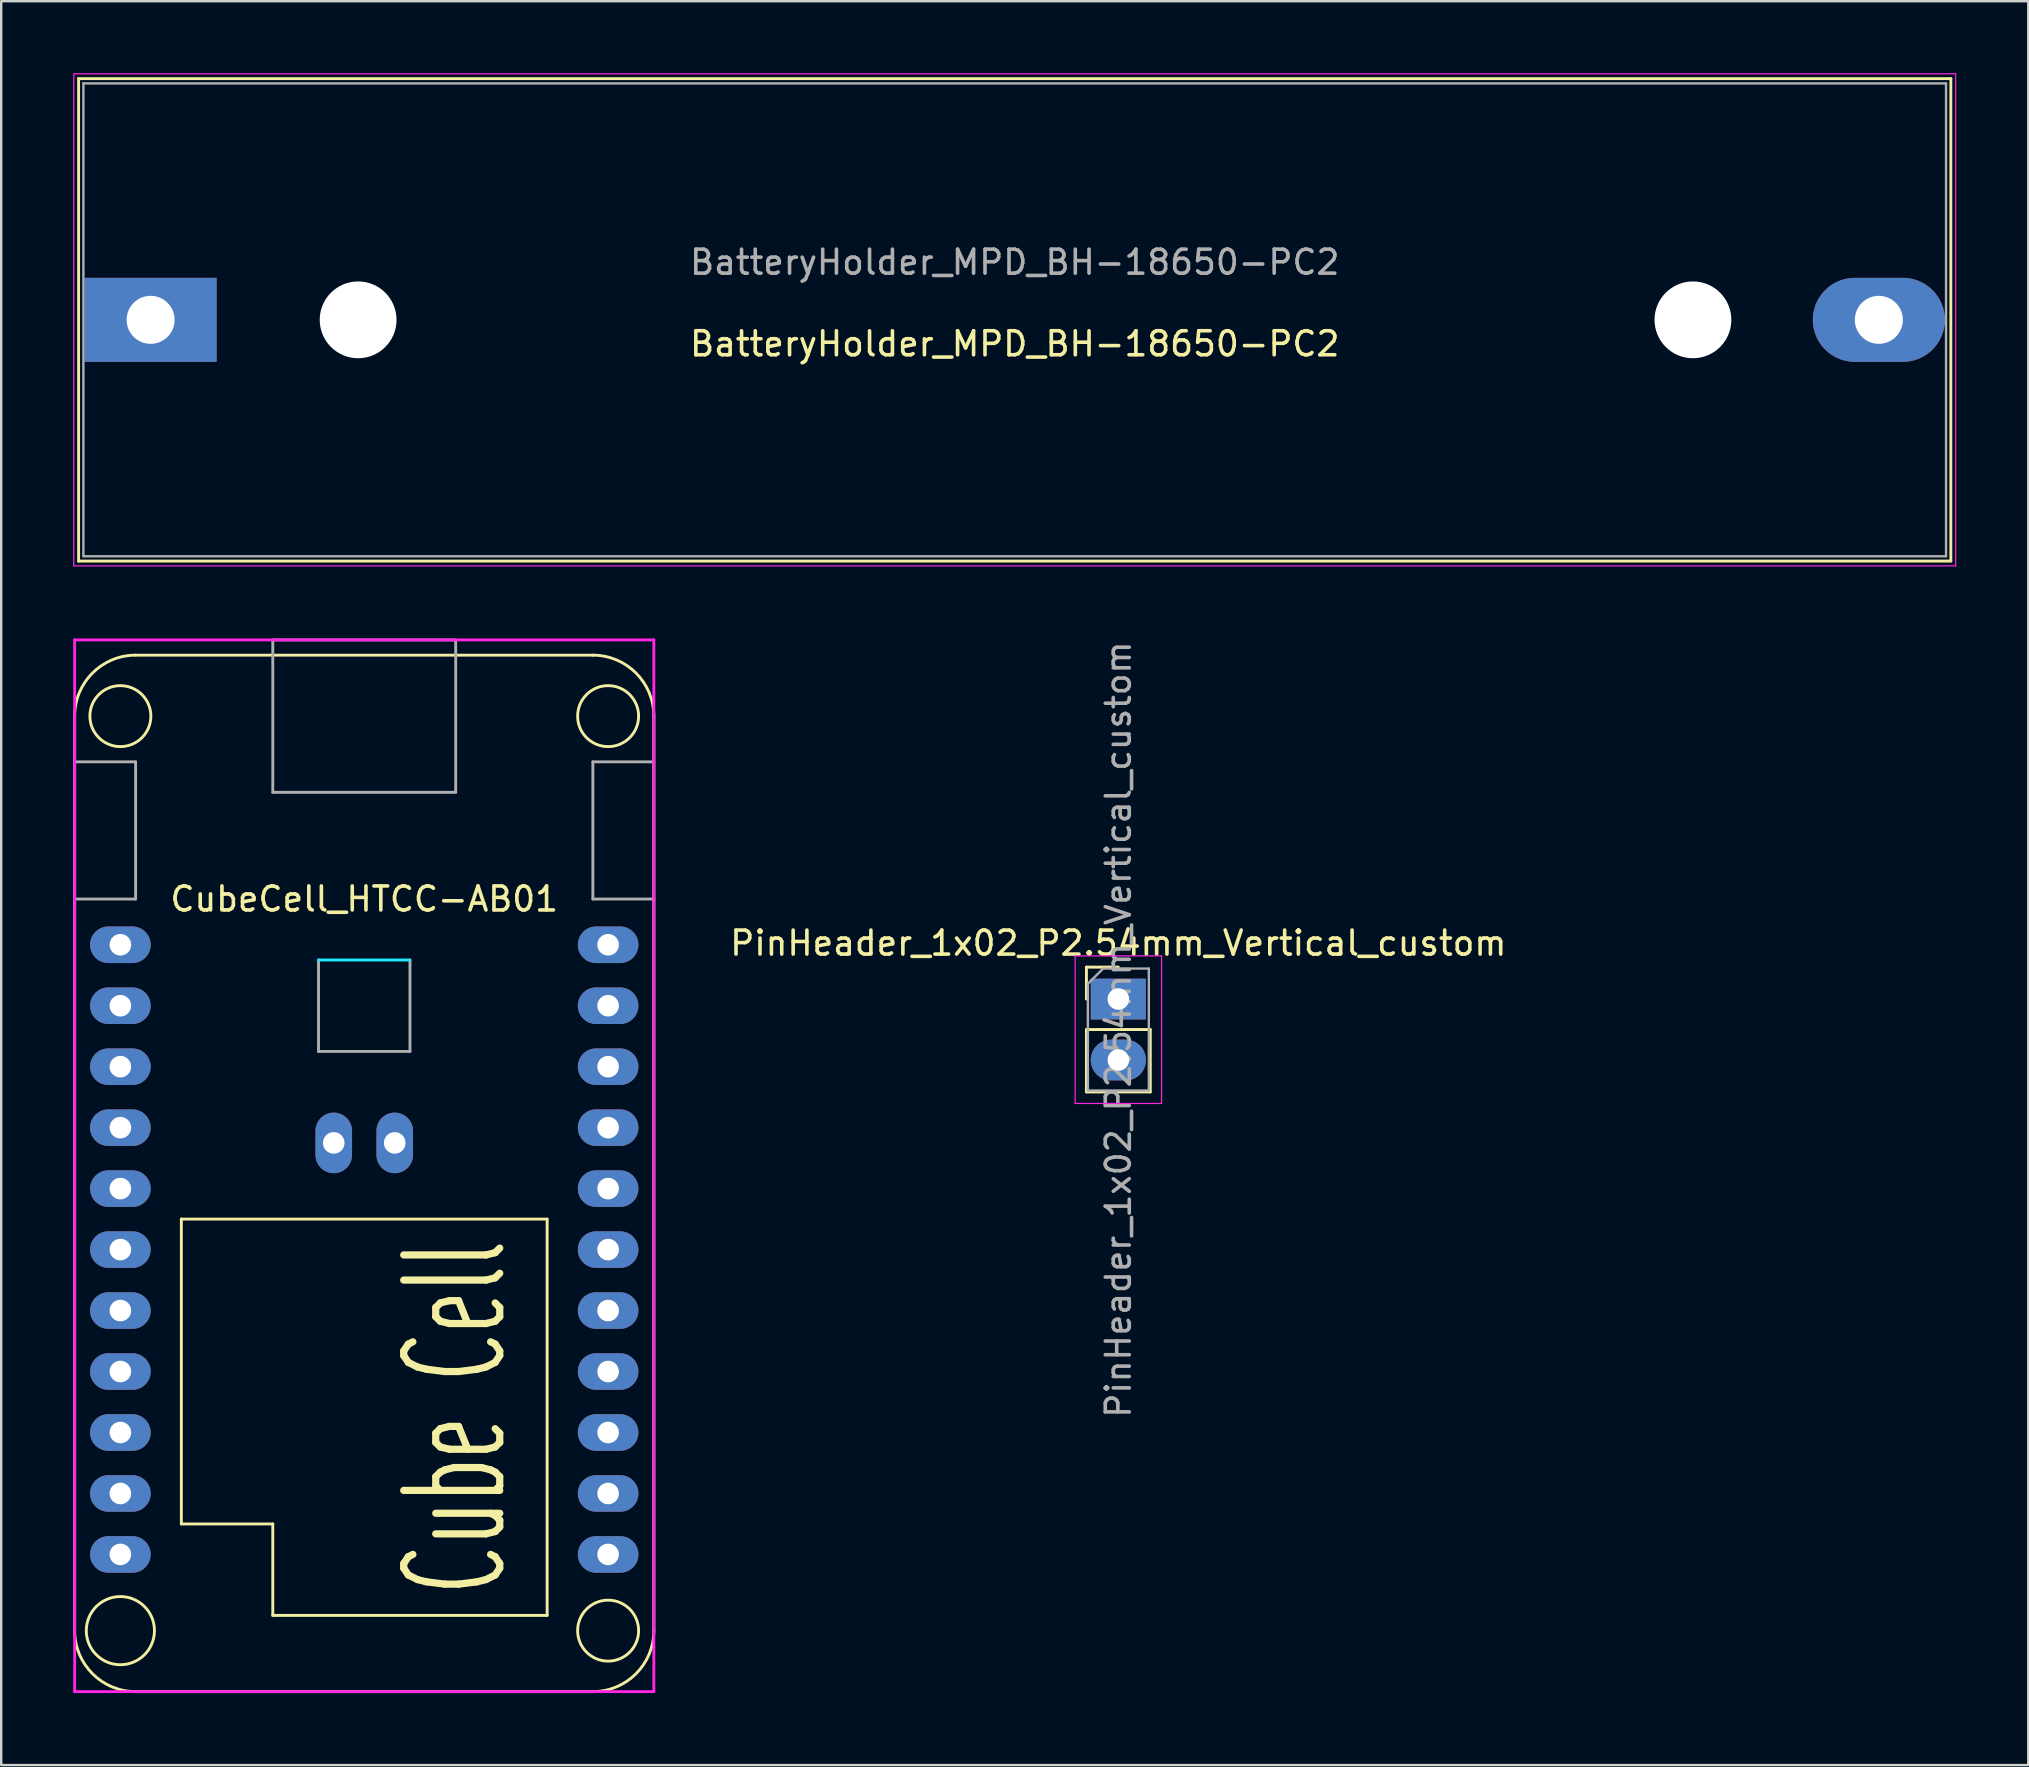
<source format=kicad_pcb>
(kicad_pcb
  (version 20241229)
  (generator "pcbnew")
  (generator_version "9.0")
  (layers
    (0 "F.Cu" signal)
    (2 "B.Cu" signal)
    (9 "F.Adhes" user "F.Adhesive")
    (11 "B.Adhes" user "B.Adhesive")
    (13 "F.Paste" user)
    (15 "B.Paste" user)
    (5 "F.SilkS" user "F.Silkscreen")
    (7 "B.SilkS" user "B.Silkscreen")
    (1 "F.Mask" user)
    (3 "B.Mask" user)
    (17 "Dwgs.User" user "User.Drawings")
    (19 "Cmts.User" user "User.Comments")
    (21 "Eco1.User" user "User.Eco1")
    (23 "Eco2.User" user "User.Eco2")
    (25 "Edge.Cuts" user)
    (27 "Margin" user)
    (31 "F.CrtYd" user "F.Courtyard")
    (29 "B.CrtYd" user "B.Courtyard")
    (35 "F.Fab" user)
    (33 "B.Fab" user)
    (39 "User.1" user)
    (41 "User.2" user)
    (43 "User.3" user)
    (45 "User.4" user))
  (footprint "CubeCell_HTCC-AB01"
    (layer "F.Cu")
    (at 12.125 49.01)
    (property "Reference" "CubeCell_HTCC-AB01" (at 0 -14.605 0) (layer "F.SilkS") (effects (font (size 1 1) (thickness 0.15))))
    (attr through_hole)
    (fp_line (start -12.065 15.875) (end -12.065 -22.225) (stroke (width 0.12) (type solid)) (layer "F.SilkS"))
    (fp_line (start -9.525 -24.765) (end 9.525 -24.765) (stroke (width 0.12) (type solid)) (layer "F.SilkS"))
    (fp_line (start -9.525 18.415) (end 9.525 18.415) (stroke (width 0.12) (type solid)) (layer "F.SilkS"))
    (fp_line (start -7.62 -1.27) (end -7.62 11.43) (stroke (width 0.12) (type solid)) (layer "F.SilkS"))
    (fp_line (start -7.62 -1.27) (end 7.62 -1.27) (stroke (width 0.12) (type solid)) (layer "F.SilkS"))
    (fp_line (start -3.81 11.43) (end -7.62 11.43) (stroke (width 0.12) (type solid)) (layer "F.SilkS"))
    (fp_line (start -3.81 15.24) (end -3.81 11.43) (stroke (width 0.12) (type solid)) (layer "F.SilkS"))
    (fp_line (start 7.62 -1.27) (end 7.62 15.24) (stroke (width 0.12) (type solid)) (layer "F.SilkS"))
    (fp_line (start 7.62 15.24) (end -3.81 15.24) (stroke (width 0.12) (type solid)) (layer "F.SilkS"))
    (fp_line (start 12.065 15.875) (end 12.065 -22.225) (stroke (width 0.12) (type solid)) (layer "F.SilkS"))
    (fp_arc (start -12.065 -22.225) (mid -11.321051 -24.021051) (end -9.525 -24.765) (stroke (width 0.12) (type solid)) (layer "F.SilkS"))
    (fp_arc (start -9.525 18.415) (mid -11.321051 17.671051) (end -12.065 15.875) (stroke (width 0.12) (type solid)) (layer "F.SilkS"))
    (fp_arc (start 9.525 -24.765) (mid 11.321051 -24.021051) (end 12.065 -22.225) (stroke (width 0.12) (type solid)) (layer "F.SilkS"))
    (fp_arc (start 12.065 15.875) (mid 11.321051 17.671051) (end 9.525 18.415) (stroke (width 0.12) (type solid)) (layer "F.SilkS"))
    (fp_circle (center -10.16 -22.225) (end -8.89 -22.225) (stroke (width 0.12) (type solid)) (fill no) (layer "F.SilkS"))
    (fp_circle (center -10.16 15.875) (end -8.74 15.875) (stroke (width 0.12) (type solid)) (fill no) (layer "F.SilkS"))
    (fp_circle (center 10.16 -22.225) (end 11.43 -22.225) (stroke (width 0.12) (type solid)) (fill no) (layer "F.SilkS"))
    (fp_circle (center 10.16 15.875) (end 11.43 15.875) (stroke (width 0.12) (type solid)) (fill no) (layer "F.SilkS"))
    (fp_line (start -1.905 -12.065) (end 1.905 -12.065) (stroke (width 0.12) (type solid)) (layer "B.CrtYd"))
    (fp_line (start -12.065 -25.4) (end 12.065 -25.4) (stroke (width 0.12) (type solid)) (layer "F.CrtYd"))
    (fp_line (start -12.065 18.415) (end -12.065 -25.4) (stroke (width 0.12) (type solid)) (layer "F.CrtYd"))
    (fp_line (start -12.065 18.415) (end 12.065 18.415) (stroke (width 0.12) (type solid)) (layer "F.CrtYd"))
    (fp_line (start 12.065 -25.4) (end 12.065 18.415) (stroke (width 0.12) (type solid)) (layer "F.CrtYd"))
    (fp_line (start -12.065 -20.32) (end -9.525 -20.32) (stroke (width 0.12) (type solid)) (layer "F.Fab"))
    (fp_line (start -9.525 -20.32) (end -9.525 -14.605) (stroke (width 0.12) (type solid)) (layer "F.Fab"))
    (fp_line (start -9.525 -14.605) (end -12.065 -14.605) (stroke (width 0.12) (type solid)) (layer "F.Fab"))
    (fp_line (start -3.81 -25.4) (end -3.81 -19.05) (stroke (width 0.12) (type solid)) (layer "F.Fab"))
    (fp_line (start -3.81 -19.05) (end 3.81 -19.05) (stroke (width 0.12) (type solid)) (layer "F.Fab"))
    (fp_line (start -1.905 -8.255) (end -1.905 -12.065) (stroke (width 0.12) (type solid)) (layer "F.Fab"))
    (fp_line (start 1.905 -12.065) (end 1.905 -8.255) (stroke (width 0.12) (type solid)) (layer "F.Fab"))
    (fp_line (start 1.905 -8.255) (end -1.905 -8.255) (stroke (width 0.12) (type solid)) (layer "F.Fab"))
    (fp_line (start 3.81 -25.4) (end -3.81 -25.4) (stroke (width 0.12) (type solid)) (layer "F.Fab"))
    (fp_line (start 3.81 -19.05) (end 3.81 -25.4) (stroke (width 0.12) (type solid)) (layer "F.Fab"))
    (fp_line (start 9.525 -20.32) (end 9.525 -14.605) (stroke (width 0.12) (type solid)) (layer "F.Fab"))
    (fp_line (start 9.525 -14.605) (end 12.065 -14.605) (stroke (width 0.12) (type solid)) (layer "F.Fab"))
    (fp_line (start 12.065 -20.32) (end 9.525 -20.32) (stroke (width 0.12) (type solid)) (layer "F.Fab"))
    (fp_text user "Cube Cell" (at 3.81 6.985 270) (layer "F.SilkS") (effects (font (size 4 2) (thickness 0.3))))
    (pad "1" thru_hole oval (at -10.16 -12.7) (size 2.524 1.524) (drill 0.9) (layers "*.Cu" "*.Mask"))
    (pad "2" thru_hole oval (at -10.16 -10.16) (size 2.524 1.524) (drill 0.9) (layers "*.Cu" "*.Mask"))
    (pad "3" thru_hole oval (at -10.16 -7.62) (size 2.524 1.524) (drill 0.9) (layers "*.Cu" "*.Mask"))
    (pad "4" thru_hole oval (at -10.16 -5.08) (size 2.524 1.524) (drill 0.9) (layers "*.Cu" "*.Mask"))
    (pad "5" thru_hole oval (at -10.16 -2.54) (size 2.524 1.524) (drill 0.9) (layers "*.Cu" "*.Mask"))
    (pad "6" thru_hole oval (at -10.16 0) (size 2.524 1.524) (drill 0.9) (layers "*.Cu" "*.Mask"))
    (pad "7" thru_hole oval (at -10.16 2.54) (size 2.524 1.524) (drill 0.9) (layers "*.Cu" "*.Mask"))
    (pad "8" thru_hole oval (at -10.16 5.08) (size 2.524 1.524) (drill 0.9) (layers "*.Cu" "*.Mask"))
    (pad "9" thru_hole oval (at -10.16 7.62) (size 2.524 1.524) (drill 0.9) (layers "*.Cu" "*.Mask"))
    (pad "10" thru_hole oval (at -10.16 10.16) (size 2.524 1.524) (drill 0.9) (layers "*.Cu" "*.Mask"))
    (pad "11" thru_hole oval (at -10.16 12.7) (size 2.524 1.524) (drill 0.9) (layers "*.Cu" "*.Mask"))
    (pad "12" thru_hole oval (at 10.16 12.7) (size 2.524 1.524) (drill 0.9) (layers "*.Cu" "*.Mask"))
    (pad "13" thru_hole oval (at 10.16 10.16) (size 2.524 1.524) (drill 0.9) (layers "*.Cu" "*.Mask"))
    (pad "14" thru_hole oval (at 10.16 7.62) (size 2.524 1.524) (drill 0.9) (layers "*.Cu" "*.Mask"))
    (pad "15" thru_hole oval (at 10.16 5.08) (size 2.524 1.524) (drill 0.9) (layers "*.Cu" "*.Mask"))
    (pad "16" thru_hole oval (at 10.16 2.54) (size 2.524 1.524) (drill 0.9) (layers "*.Cu" "*.Mask"))
    (pad "17" thru_hole oval (at 10.16 0) (size 2.524 1.524) (drill 0.9) (layers "*.Cu" "*.Mask"))
    (pad "18" thru_hole oval (at 10.16 -2.54) (size 2.524 1.524) (drill 0.9) (layers "*.Cu" "*.Mask"))
    (pad "19" thru_hole oval (at 10.16 -5.08) (size 2.524 1.524) (drill 0.9) (layers "*.Cu" "*.Mask"))
    (pad "20" thru_hole oval (at 10.16 -7.62) (size 2.524 1.524) (drill 0.9) (layers "*.Cu" "*.Mask"))
    (pad "21" thru_hole oval (at 10.16 -10.16) (size 2.524 1.524) (drill 0.9) (layers "*.Cu" "*.Mask"))
    (pad "22" thru_hole oval (at 10.16 -12.7) (size 2.524 1.524) (drill 0.9) (layers "*.Cu" "*.Mask"))
    (pad "23" thru_hole oval (at -1.27 -4.445) (size 1.524 2.524) (drill 0.9) (layers "*.Cu" "*.Mask"))
    (pad "24" thru_hole oval (at 1.27 -4.445) (size 1.524 2.524) (drill 0.9) (layers "*.Cu" "*.Mask")))
  (footprint "PinHeader_1x02_P2.54mm_Vertical_custom"
    (layer "F.Cu")
    (at 43.542 38.572)
    (property "Reference" "PinHeader_1x02_P2.54mm_Vertical_custom" (at 0 -2.33 0) (layer "F.SilkS") (effects (font (size 1 1) (thickness 0.15))))
    (attr through_hole)
    (fp_line (start -1.33 -1.33) (end 0 -1.33) (stroke (width 0.12) (type solid)) (layer "F.SilkS"))
    (fp_line (start -1.33 0) (end -1.33 -1.33) (stroke (width 0.12) (type solid)) (layer "F.SilkS"))
    (fp_line (start -1.33 1.27) (end -1.33 3.87) (stroke (width 0.12) (type solid)) (layer "F.SilkS"))
    (fp_line (start -1.33 1.27) (end 1.33 1.27) (stroke (width 0.12) (type solid)) (layer "F.SilkS"))
    (fp_line (start -1.33 3.87) (end 1.33 3.87) (stroke (width 0.12) (type solid)) (layer "F.SilkS"))
    (fp_line (start 1.33 1.27) (end 1.33 3.87) (stroke (width 0.12) (type solid)) (layer "F.SilkS"))
    (fp_line (start -1.8 -1.8) (end -1.8 4.35) (stroke (width 0.05) (type solid)) (layer "F.CrtYd"))
    (fp_line (start -1.8 4.35) (end 1.8 4.35) (stroke (width 0.05) (type solid)) (layer "F.CrtYd"))
    (fp_line (start 1.8 -1.8) (end -1.8 -1.8) (stroke (width 0.05) (type solid)) (layer "F.CrtYd"))
    (fp_line (start 1.8 4.35) (end 1.8 -1.8) (stroke (width 0.05) (type solid)) (layer "F.CrtYd"))
    (fp_line (start -1.27 -0.635) (end -0.635 -1.27) (stroke (width 0.1) (type solid)) (layer "F.Fab"))
    (fp_line (start -1.27 3.81) (end -1.27 -0.635) (stroke (width 0.1) (type solid)) (layer "F.Fab"))
    (fp_line (start -0.635 -1.27) (end 1.27 -1.27) (stroke (width 0.1) (type solid)) (layer "F.Fab"))
    (fp_line (start 1.27 -1.27) (end 1.27 3.81) (stroke (width 0.1) (type solid)) (layer "F.Fab"))
    (fp_line (start 1.27 3.81) (end -1.27 3.81) (stroke (width 0.1) (type solid)) (layer "F.Fab"))
    (fp_text user "${REFERENCE}" (at 0 1.27 90) (layer "F.Fab") (effects (font (size 1 1) (thickness 0.15))))
    (pad "1" thru_hole rect (at 0 0) (size 2.3 1.7) (drill 0.9) (layers "*.Cu" "*.Mask"))
    (pad "2" thru_hole oval (at 0 2.54) (size 2.3 1.7) (drill 0.9) (layers "*.Cu" "*.Mask")))
  (footprint "BatteryHolder_MPD_BH-18650-PC2"
    (layer "F.Cu")
    (at 3.225 10.275)
    (property "Reference" "BatteryHolder_MPD_BH-18650-PC2" (at 36 1 0) (layer "F.SilkS") (effects (font (size 1 1) (thickness 0.15))))
    (attr through_hole)
    (fp_line (start -3 -10.05) (end 75 -10.05) (stroke (width 0.12) (type solid)) (layer "F.SilkS"))
    (fp_line (start -3 10.05) (end -3 -10.05) (stroke (width 0.12) (type solid)) (layer "F.SilkS"))
    (fp_line (start 75 -10.05) (end 75 10.05) (stroke (width 0.12) (type solid)) (layer "F.SilkS"))
    (fp_line (start 75 10.05) (end -3 10.05) (stroke (width 0.12) (type solid)) (layer "F.SilkS"))
    (fp_line (start -3.2 -10.25) (end 75.2 -10.25) (stroke (width 0.05) (type solid)) (layer "F.CrtYd"))
    (fp_line (start -3.2 10.25) (end -3.2 -10.25) (stroke (width 0.05) (type solid)) (layer "F.CrtYd"))
    (fp_line (start 75.2 -10.25) (end 75.2 10.25) (stroke (width 0.05) (type solid)) (layer "F.CrtYd"))
    (fp_line (start 75.2 10.25) (end -3.2 10.25) (stroke (width 0.05) (type solid)) (layer "F.CrtYd"))
    (fp_line (start -2.8 -9.85) (end 74.8 -9.85) (stroke (width 0.1) (type solid)) (layer "F.Fab"))
    (fp_line (start -2.8 9.85) (end -2.8 -9.85) (stroke (width 0.1) (type solid)) (layer "F.Fab"))
    (fp_line (start 74.8 -9.85) (end 74.8 9.85) (stroke (width 0.1) (type solid)) (layer "F.Fab"))
    (fp_line (start 74.8 9.85) (end -2.8 9.85) (stroke (width 0.1) (type solid)) (layer "F.Fab"))
    (fp_text user "${REFERENCE}" (at 36 -2.4 0) (layer "F.Fab") (effects (font (size 1 1) (thickness 0.15))))
    (pad "" np_thru_hole circle (at 8.645 0) (size 3.2 3.2) (drill 3.2) (layers "*.Cu" "*.Mask"))
    (pad "" np_thru_hole circle (at 64.255 0) (size 3.2 3.2) (drill 3.2) (layers "*.Cu" "*.Mask"))
    (pad "1" thru_hole rect (at 0 0) (size 5.5 3.5) (drill 2) (layers "*.Cu" "*.Mask"))
    (pad "2" thru_hole oval (at 72 0) (size 5.5 3.5) (drill 2) (layers "*.Cu" "*.Mask")))
  (gr_rect
    (start -3 -3)
    (end 81.45 70.485)
    (stroke (width 0.1) (type default))
    (fill no)
    (layer "Edge.Cuts")))
</source>
